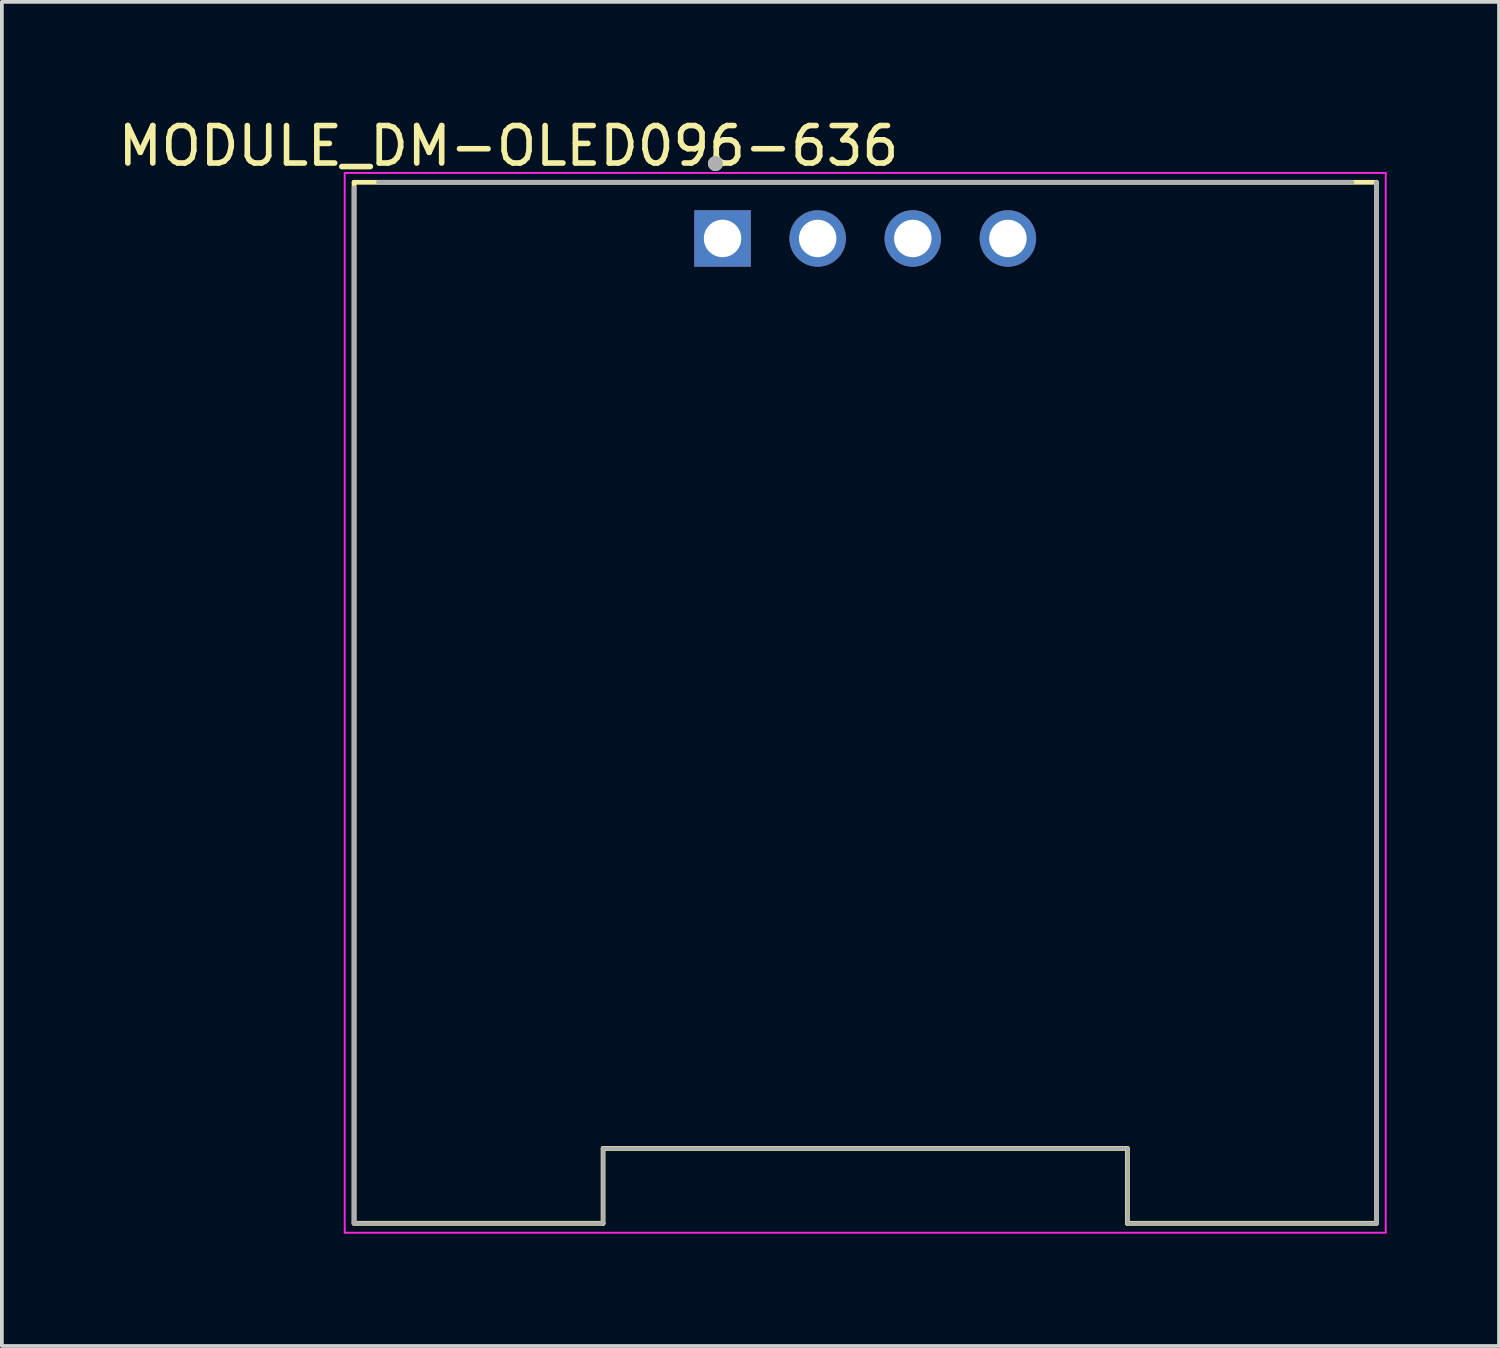
<source format=kicad_pcb>
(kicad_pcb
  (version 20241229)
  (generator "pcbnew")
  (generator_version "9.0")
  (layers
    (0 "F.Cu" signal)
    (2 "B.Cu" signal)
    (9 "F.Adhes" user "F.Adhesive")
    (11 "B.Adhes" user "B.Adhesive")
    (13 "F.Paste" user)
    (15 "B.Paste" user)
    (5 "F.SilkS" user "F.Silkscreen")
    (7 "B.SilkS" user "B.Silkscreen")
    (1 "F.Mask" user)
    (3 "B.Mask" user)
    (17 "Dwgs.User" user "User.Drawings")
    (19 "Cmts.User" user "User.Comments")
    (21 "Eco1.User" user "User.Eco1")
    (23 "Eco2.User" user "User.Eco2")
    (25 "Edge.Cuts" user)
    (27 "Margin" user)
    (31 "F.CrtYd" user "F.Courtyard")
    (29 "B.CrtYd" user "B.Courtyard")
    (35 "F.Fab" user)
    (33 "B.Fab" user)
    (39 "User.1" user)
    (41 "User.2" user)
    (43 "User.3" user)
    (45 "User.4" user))
  (footprint "MODULE_DM-OLED096-636"
    (layer "F.Cu")
    (at 20.055 14.818)
    (property "Reference" "MODULE_DM-OLED096-636" (at -9.525 -13.97 0) (layer "F.SilkS") (effects (font (size 1 1) (thickness 0.15))))
    (attr through_hole)
    (fp_line (start -13.65 -13) (end 13.65 -13) (stroke (width 0.127) (type solid)) (layer "F.SilkS"))
    (fp_line (start -13.65 14.8) (end -13.65 -13) (stroke (width 0.127) (type solid)) (layer "F.SilkS"))
    (fp_line (start -7 12.8) (end -7 14.8) (stroke (width 0.127) (type solid)) (layer "F.SilkS"))
    (fp_line (start -7 14.8) (end -13.65 14.8) (stroke (width 0.127) (type solid)) (layer "F.SilkS"))
    (fp_line (start 7 12.8) (end -7 12.8) (stroke (width 0.127) (type solid)) (layer "F.SilkS"))
    (fp_line (start 7 14.8) (end 7 12.8) (stroke (width 0.127) (type solid)) (layer "F.SilkS"))
    (fp_line (start 13.65 -13) (end 13.65 14.8) (stroke (width 0.127) (type solid)) (layer "F.SilkS"))
    (fp_line (start 13.65 14.8) (end 7 14.8) (stroke (width 0.127) (type solid)) (layer "F.SilkS"))
    (fp_circle (center -4 -13.5) (end -3.9 -13.5) (stroke (width 0.2) (type solid)) (fill no) (layer "F.SilkS"))
    (fp_line (start -13.9 -13.25) (end 13.9 -13.25) (stroke (width 0.05) (type solid)) (layer "F.CrtYd"))
    (fp_line (start -13.9 15.05) (end -13.9 -13.25) (stroke (width 0.05) (type solid)) (layer "F.CrtYd"))
    (fp_line (start 13.9 -13.25) (end 13.9 15.05) (stroke (width 0.05) (type solid)) (layer "F.CrtYd"))
    (fp_line (start 13.9 15.05) (end -13.9 15.05) (stroke (width 0.05) (type solid)) (layer "F.CrtYd"))
    (fp_line (start -13.65 14.8) (end -13.65 -12.85) (stroke (width 0.127) (type solid)) (layer "F.Fab"))
    (fp_line (start -13.65 14.8) (end -7 14.8) (stroke (width 0.1) (type default)) (layer "F.Fab"))
    (fp_line (start -13 -13) (end 13 -13) (stroke (width 0.127) (type solid)) (layer "F.Fab"))
    (fp_line (start -7 12.8) (end 7 12.8) (stroke (width 0.1) (type default)) (layer "F.Fab"))
    (fp_line (start -7 14.8) (end -7 12.8) (stroke (width 0.1) (type default)) (layer "F.Fab"))
    (fp_line (start 7 12.8) (end 7 14.8) (stroke (width 0.1) (type default)) (layer "F.Fab"))
    (fp_line (start 7 14.8) (end 13.65 14.8) (stroke (width 0.1) (type default)) (layer "F.Fab"))
    (fp_line (start 13.65 -13) (end 13.65 14.8) (stroke (width 0.127) (type solid)) (layer "F.Fab"))
    (fp_circle (center -4 -13.5) (end -3.9 -13.5) (stroke (width 0.2) (type solid)) (fill no) (layer "F.Fab"))
    (pad "1" thru_hole rect (at -3.81 -11.5) (size 1.508 1.508) (drill 1) (layers "*.Cu" "*.Mask"))
    (pad "2" thru_hole circle (at -1.27 -11.5) (size 1.508 1.508) (drill 1) (layers "*.Cu" "*.Mask"))
    (pad "3" thru_hole circle (at 1.27 -11.5) (size 1.508 1.508) (drill 1) (layers "*.Cu" "*.Mask"))
    (pad "4" thru_hole circle (at 3.81 -11.5) (size 1.508 1.508) (drill 1) (layers "*.Cu" "*.Mask")))
  (gr_rect
    (start -3 -3)
    (end 36.98 32.893)
    (stroke (width 0.1) (type default))
    (fill no)
    (layer "Edge.Cuts")))
</source>
